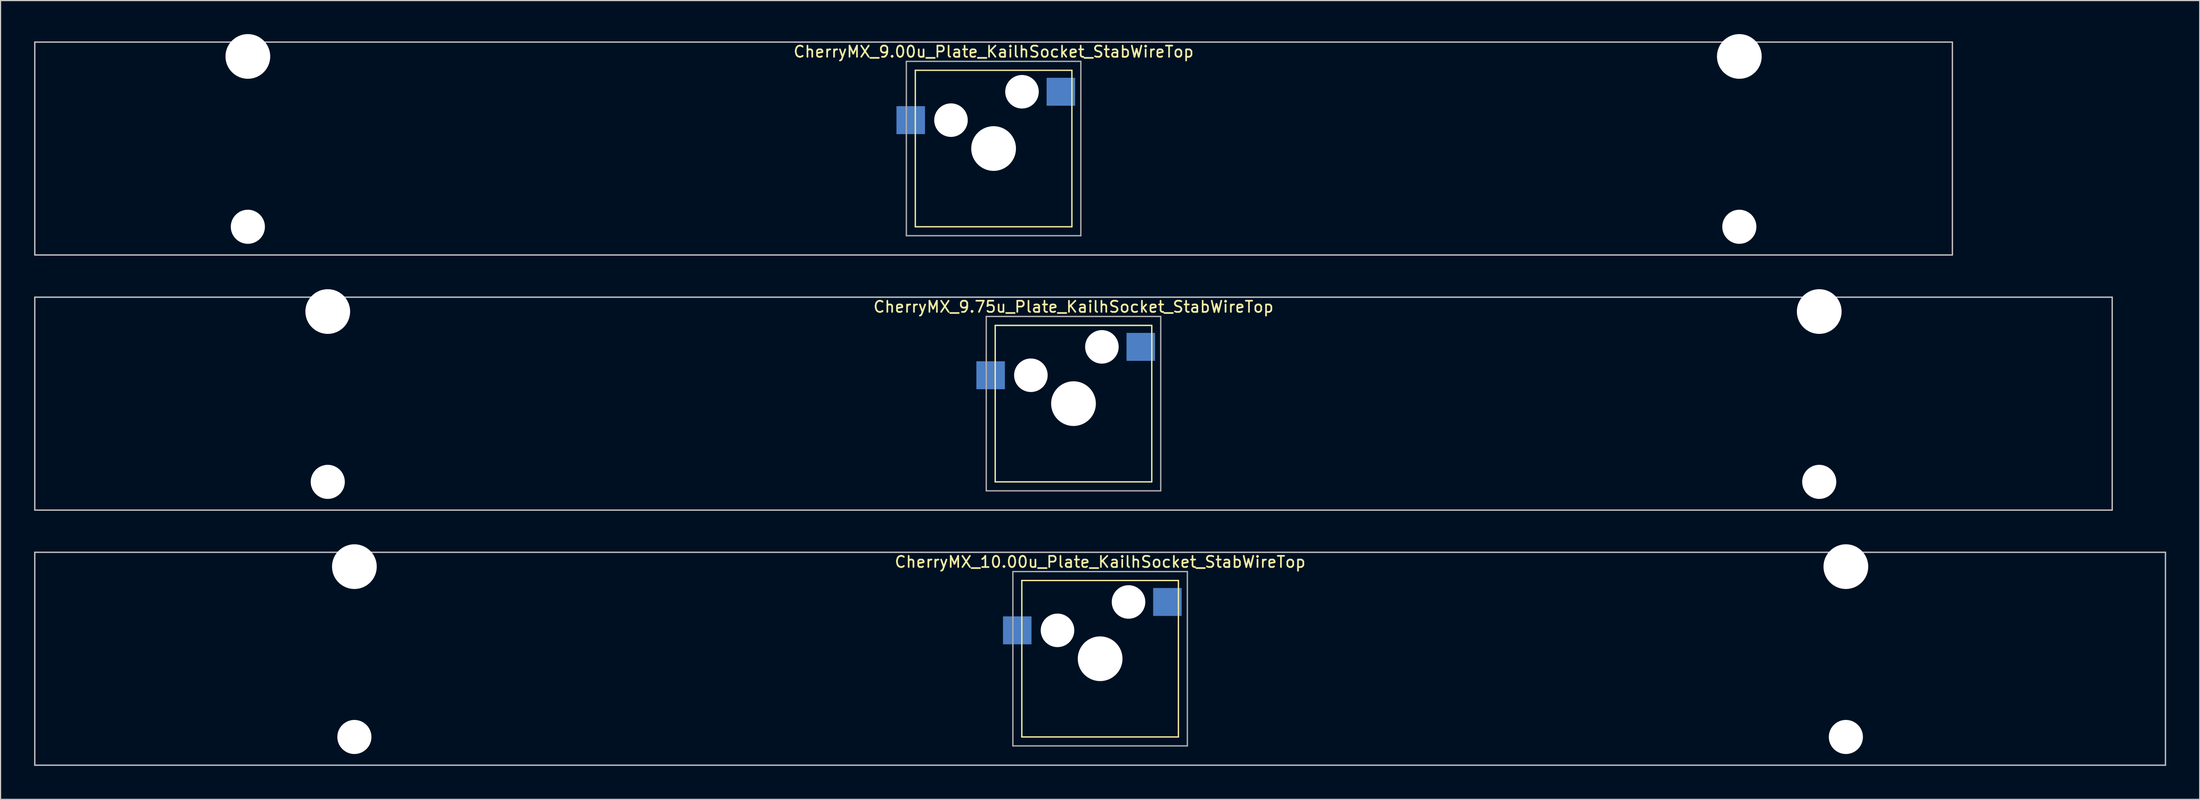
<source format=kicad_pcb>
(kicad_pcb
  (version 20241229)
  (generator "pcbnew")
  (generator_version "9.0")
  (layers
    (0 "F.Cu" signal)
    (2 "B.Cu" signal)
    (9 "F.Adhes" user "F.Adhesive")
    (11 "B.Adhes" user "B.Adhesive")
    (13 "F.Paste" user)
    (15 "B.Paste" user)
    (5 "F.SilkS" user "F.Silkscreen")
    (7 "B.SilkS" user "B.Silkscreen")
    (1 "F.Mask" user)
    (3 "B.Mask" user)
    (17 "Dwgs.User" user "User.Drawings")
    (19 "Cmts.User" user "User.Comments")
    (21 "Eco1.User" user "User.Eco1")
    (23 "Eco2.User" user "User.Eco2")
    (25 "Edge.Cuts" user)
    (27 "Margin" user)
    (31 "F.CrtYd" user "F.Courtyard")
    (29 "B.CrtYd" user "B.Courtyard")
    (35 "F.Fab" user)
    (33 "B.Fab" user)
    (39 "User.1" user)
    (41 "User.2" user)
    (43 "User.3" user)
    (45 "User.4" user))
  (footprint "CherryMX_10.00u_Plate_KailhSocket_StabWireTop"
    (layer "F.Cu")
    (at 95.31 55.89)
    (property "Reference" "CherryMX_10.00u_Plate_KailhSocket_StabWireTop" (at 0 -8.662 0) (layer "F.SilkS") (effects (font (size 1 1) (thickness 0.15))))
    (attr through_hole)
    (fp_line (start -7 -7) (end -7 7) (stroke (width 0.12) (type solid)) (layer "F.SilkS"))
    (fp_line (start -7 -7) (end 7 -7) (stroke (width 0.12) (type solid)) (layer "F.SilkS"))
    (fp_line (start 7 -7) (end 7 7) (stroke (width 0.12) (type solid)) (layer "F.SilkS"))
    (fp_line (start 7 7) (end -7 7) (stroke (width 0.12) (type solid)) (layer "F.SilkS"))
    (fp_line (start -95.25 -9.525) (end 95.25 -9.525) (stroke (width 0.12) (type solid)) (layer "Dwgs.User"))
    (fp_line (start -95.25 9.525) (end -95.25 -9.525) (stroke (width 0.12) (type solid)) (layer "Dwgs.User"))
    (fp_line (start 95.25 -9.525) (end 95.25 9.525) (stroke (width 0.12) (type solid)) (layer "Dwgs.User"))
    (fp_line (start 95.25 9.525) (end -95.25 9.525) (stroke (width 0.12) (type solid)) (layer "Dwgs.User"))
    (fp_line (start -7.8 -7.8) (end -7.8 7.8) (stroke (width 0.12) (type solid)) (layer "F.Fab"))
    (fp_line (start -7.8 -7.8) (end 7.8 -7.8) (stroke (width 0.12) (type solid)) (layer "F.Fab"))
    (fp_line (start -7.8 7.8) (end 7.8 7.8) (stroke (width 0.12) (type solid)) (layer "F.Fab"))
    (fp_line (start 7.8 -7.8) (end 7.8 7.8) (stroke (width 0.12) (type solid)) (layer "F.Fab"))
    (pad "" np_thru_hole circle (at -66.675 -8.24) (size 4 4) (drill 4) (layers "*.Cu" "*.Mask"))
    (pad "" np_thru_hole circle (at -66.675 7) (size 3.05 3.05) (drill 3.05) (layers "*.Cu" "*.Mask"))
    (pad "" np_thru_hole circle (at -3.81 -2.54) (size 3 3) (drill 3) (layers "*.Cu" "*.Mask"))
    (pad "" np_thru_hole circle (at 0 0) (size 4 4) (drill 4) (layers "*.Cu" "*.Mask"))
    (pad "" np_thru_hole circle (at 2.54 -5.08) (size 3 3) (drill 3) (layers "*.Cu" "*.Mask"))
    (pad "" np_thru_hole circle (at 66.675 -8.24) (size 4 4) (drill 4) (layers "*.Cu" "*.Mask"))
    (pad "" np_thru_hole circle (at 66.675 7) (size 3.05 3.05) (drill 3.05) (layers "*.Cu" "*.Mask"))
    (pad "1" smd rect (at -7.41 -2.54) (size 2.55 2.5) (layers "B.Cu" "B.Mask" "B.Paste"))
    (pad "2" smd rect (at 6.015 -5.08) (size 2.55 2.5) (layers "B.Cu" "B.Mask" "B.Paste")))
  (footprint "CherryMX_9.00u_Plate_KailhSocket_StabWireTop"
    (layer "F.Cu")
    (at 85.785 10.24)
    (property "Reference" "CherryMX_9.00u_Plate_KailhSocket_StabWireTop" (at 0 -8.662 0) (layer "F.SilkS") (effects (font (size 1 1) (thickness 0.15))))
    (attr through_hole)
    (fp_line (start -7 -7) (end -7 7) (stroke (width 0.12) (type solid)) (layer "F.SilkS"))
    (fp_line (start -7 -7) (end 7 -7) (stroke (width 0.12) (type solid)) (layer "F.SilkS"))
    (fp_line (start 7 -7) (end 7 7) (stroke (width 0.12) (type solid)) (layer "F.SilkS"))
    (fp_line (start 7 7) (end -7 7) (stroke (width 0.12) (type solid)) (layer "F.SilkS"))
    (fp_line (start -85.725 -9.525) (end 85.725 -9.525) (stroke (width 0.12) (type solid)) (layer "Dwgs.User"))
    (fp_line (start -85.725 9.525) (end -85.725 -9.525) (stroke (width 0.12) (type solid)) (layer "Dwgs.User"))
    (fp_line (start 85.725 -9.525) (end 85.725 9.525) (stroke (width 0.12) (type solid)) (layer "Dwgs.User"))
    (fp_line (start 85.725 9.525) (end -85.725 9.525) (stroke (width 0.12) (type solid)) (layer "Dwgs.User"))
    (fp_line (start -7.8 -7.8) (end -7.8 7.8) (stroke (width 0.12) (type solid)) (layer "F.Fab"))
    (fp_line (start -7.8 -7.8) (end 7.8 -7.8) (stroke (width 0.12) (type solid)) (layer "F.Fab"))
    (fp_line (start -7.8 7.8) (end 7.8 7.8) (stroke (width 0.12) (type solid)) (layer "F.Fab"))
    (fp_line (start 7.8 -7.8) (end 7.8 7.8) (stroke (width 0.12) (type solid)) (layer "F.Fab"))
    (pad "" np_thru_hole circle (at -66.675 -8.24) (size 4 4) (drill 4) (layers "*.Cu" "*.Mask"))
    (pad "" np_thru_hole circle (at -66.675 7) (size 3.05 3.05) (drill 3.05) (layers "*.Cu" "*.Mask"))
    (pad "" np_thru_hole circle (at -3.81 -2.54) (size 3 3) (drill 3) (layers "*.Cu" "*.Mask"))
    (pad "" np_thru_hole circle (at 0 0) (size 4 4) (drill 4) (layers "*.Cu" "*.Mask"))
    (pad "" np_thru_hole circle (at 2.54 -5.08) (size 3 3) (drill 3) (layers "*.Cu" "*.Mask"))
    (pad "" np_thru_hole circle (at 66.675 -8.24) (size 4 4) (drill 4) (layers "*.Cu" "*.Mask"))
    (pad "" np_thru_hole circle (at 66.675 7) (size 3.05 3.05) (drill 3.05) (layers "*.Cu" "*.Mask"))
    (pad "1" smd rect (at -7.41 -2.54) (size 2.55 2.5) (layers "B.Cu" "B.Mask" "B.Paste"))
    (pad "2" smd rect (at 6.015 -5.08) (size 2.55 2.5) (layers "B.Cu" "B.Mask" "B.Paste")))
  (footprint "CherryMX_9.75u_Plate_KailhSocket_StabWireTop"
    (layer "F.Cu")
    (at 92.929 33.065)
    (property "Reference" "CherryMX_9.75u_Plate_KailhSocket_StabWireTop" (at 0 -8.662 0) (layer "F.SilkS") (effects (font (size 1 1) (thickness 0.15))))
    (attr through_hole)
    (fp_line (start -7 -7) (end -7 7) (stroke (width 0.12) (type solid)) (layer "F.SilkS"))
    (fp_line (start -7 -7) (end 7 -7) (stroke (width 0.12) (type solid)) (layer "F.SilkS"))
    (fp_line (start 7 -7) (end 7 7) (stroke (width 0.12) (type solid)) (layer "F.SilkS"))
    (fp_line (start 7 7) (end -7 7) (stroke (width 0.12) (type solid)) (layer "F.SilkS"))
    (fp_line (start -92.869 -9.525) (end 92.869 -9.525) (stroke (width 0.12) (type solid)) (layer "Dwgs.User"))
    (fp_line (start -92.869 9.525) (end -92.869 -9.525) (stroke (width 0.12) (type solid)) (layer "Dwgs.User"))
    (fp_line (start 92.869 -9.525) (end 92.869 9.525) (stroke (width 0.12) (type solid)) (layer "Dwgs.User"))
    (fp_line (start 92.869 9.525) (end -92.869 9.525) (stroke (width 0.12) (type solid)) (layer "Dwgs.User"))
    (fp_line (start -7.8 -7.8) (end -7.8 7.8) (stroke (width 0.12) (type solid)) (layer "F.Fab"))
    (fp_line (start -7.8 -7.8) (end 7.8 -7.8) (stroke (width 0.12) (type solid)) (layer "F.Fab"))
    (fp_line (start -7.8 7.8) (end 7.8 7.8) (stroke (width 0.12) (type solid)) (layer "F.Fab"))
    (fp_line (start 7.8 -7.8) (end 7.8 7.8) (stroke (width 0.12) (type solid)) (layer "F.Fab"))
    (pad "" np_thru_hole circle (at -66.675 -8.24) (size 4 4) (drill 4) (layers "*.Cu" "*.Mask"))
    (pad "" np_thru_hole circle (at -66.675 7) (size 3.05 3.05) (drill 3.05) (layers "*.Cu" "*.Mask"))
    (pad "" np_thru_hole circle (at -3.81 -2.54) (size 3 3) (drill 3) (layers "*.Cu" "*.Mask"))
    (pad "" np_thru_hole circle (at 0 0) (size 4 4) (drill 4) (layers "*.Cu" "*.Mask"))
    (pad "" np_thru_hole circle (at 2.54 -5.08) (size 3 3) (drill 3) (layers "*.Cu" "*.Mask"))
    (pad "" np_thru_hole circle (at 66.675 -8.24) (size 4 4) (drill 4) (layers "*.Cu" "*.Mask"))
    (pad "" np_thru_hole circle (at 66.675 7) (size 3.05 3.05) (drill 3.05) (layers "*.Cu" "*.Mask"))
    (pad "1" smd rect (at -7.41 -2.54) (size 2.55 2.5) (layers "B.Cu" "B.Mask" "B.Paste"))
    (pad "2" smd rect (at 6.015 -5.08) (size 2.55 2.5) (layers "B.Cu" "B.Mask" "B.Paste")))
  (gr_rect
    (start -3 -3)
    (end 193.62 68.475)
    (stroke (width 0.1) (type default))
    (fill no)
    (layer "Edge.Cuts")))
</source>
